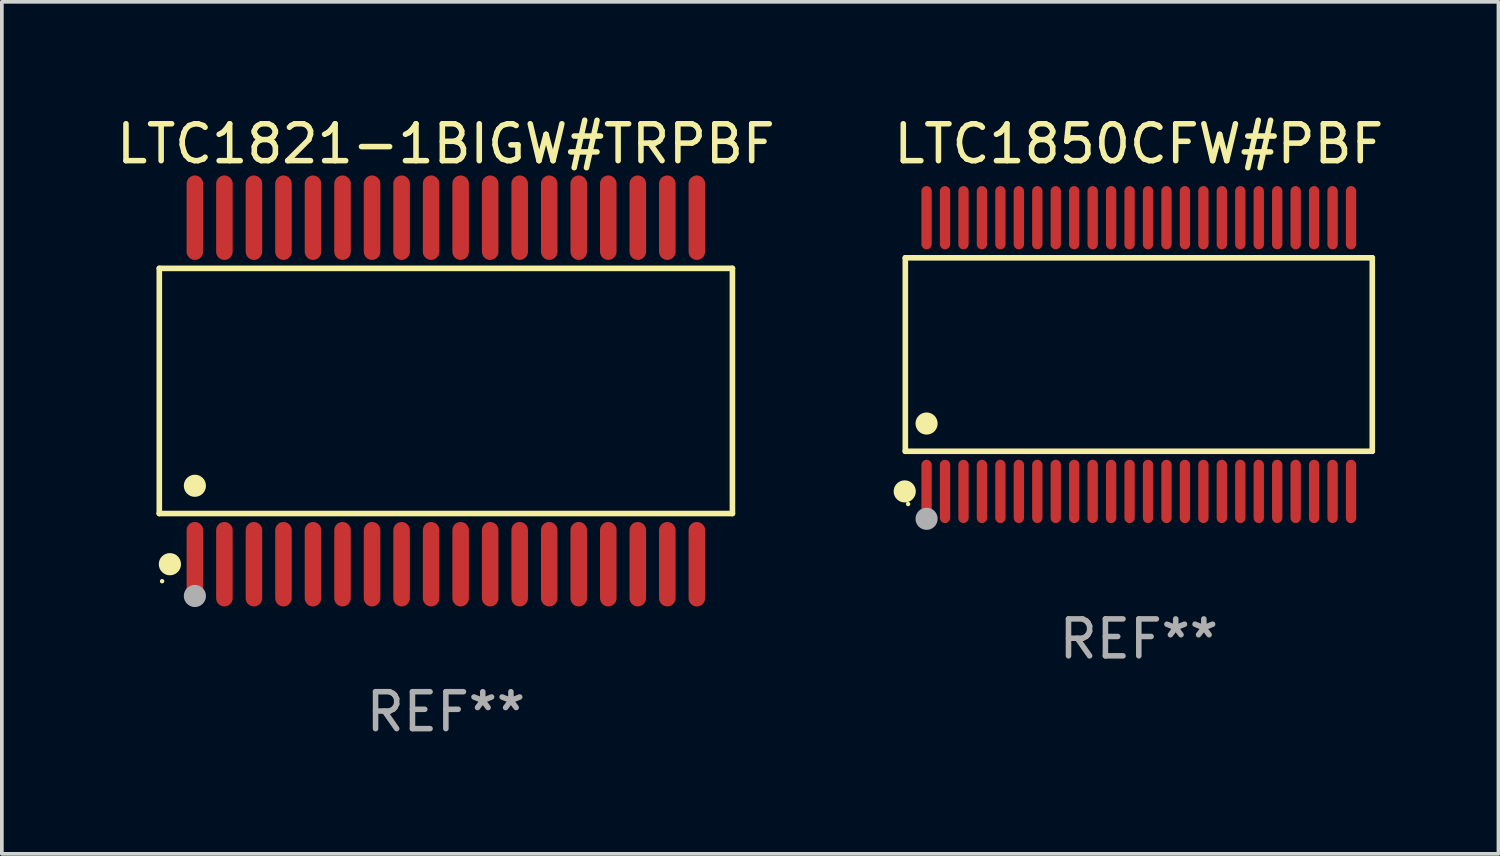
<source format=kicad_pcb>
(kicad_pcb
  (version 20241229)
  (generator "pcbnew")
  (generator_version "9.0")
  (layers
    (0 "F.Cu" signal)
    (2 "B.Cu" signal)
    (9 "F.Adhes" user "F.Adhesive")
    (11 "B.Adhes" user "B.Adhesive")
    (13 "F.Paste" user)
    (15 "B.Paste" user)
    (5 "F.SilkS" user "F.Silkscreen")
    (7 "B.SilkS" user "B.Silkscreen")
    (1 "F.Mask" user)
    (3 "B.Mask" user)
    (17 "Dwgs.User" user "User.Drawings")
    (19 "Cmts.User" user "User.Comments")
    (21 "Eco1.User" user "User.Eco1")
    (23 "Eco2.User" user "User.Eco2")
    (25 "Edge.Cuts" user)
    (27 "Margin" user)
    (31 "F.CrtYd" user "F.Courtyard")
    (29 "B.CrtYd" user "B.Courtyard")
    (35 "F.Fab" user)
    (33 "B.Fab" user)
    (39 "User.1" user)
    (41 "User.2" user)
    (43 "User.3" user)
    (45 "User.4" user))
  (footprint "LTC1850CFW#PBF"
    (layer "F.Cu")
    (at 27.804 6.556)
    (property "Reference" "LTC1850CFW#PBF" (at 0 -5.708 0) (layer "F.SilkS") (effects (font (size 1 1) (thickness 0.15))))
    (attr through_hole)
    (fp_line (start -6.326 -2.622) (end 6.326 -2.622) (stroke (width 0.152) (type solid)) (layer "F.SilkS"))
    (fp_line (start -6.326 2.621) (end -6.326 -2.622) (stroke (width 0.152) (type solid)) (layer "F.SilkS"))
    (fp_line (start 6.326 -2.622) (end 6.326 2.621) (stroke (width 0.152) (type solid)) (layer "F.SilkS"))
    (fp_line (start 6.326 2.621) (end -6.326 2.621) (stroke (width 0.152) (type solid)) (layer "F.SilkS"))
    (fp_circle (center -6.342 3.708) (end -6.192 3.708) (stroke (width 0.3) (type solid)) (fill no) (layer "F.SilkS"))
    (fp_circle (center -6.25 4.05) (end -6.22 4.05) (stroke (width 0.06) (type solid)) (fill no) (layer "F.SilkS"))
    (fp_circle (center -5.75 1.869) (end -5.6 1.869) (stroke (width 0.3) (type solid)) (fill no) (layer "F.SilkS"))
    (fp_circle (center -5.75 4.45) (end -5.6 4.45) (stroke (width 0.3) (type solid)) (fill no) (layer "F.Fab"))
    (fp_text user "REF**" (at 0 7.708 0) (layer "F.Fab") (effects (font (size 1 1) (thickness 0.15))))
    (pad "1" smd oval (at -5.75 3.708) (size 0.28 1.715) (layers "F.Cu" "F.Mask" "F.Paste"))
    (pad "2" smd oval (at -5.25 3.708) (size 0.28 1.715) (layers "F.Cu" "F.Mask" "F.Paste"))
    (pad "3" smd oval (at -4.75 3.708) (size 0.28 1.715) (layers "F.Cu" "F.Mask" "F.Paste"))
    (pad "4" smd oval (at -4.25 3.708) (size 0.28 1.715) (layers "F.Cu" "F.Mask" "F.Paste"))
    (pad "5" smd oval (at -3.75 3.708) (size 0.28 1.715) (layers "F.Cu" "F.Mask" "F.Paste"))
    (pad "6" smd oval (at -3.25 3.708) (size 0.28 1.715) (layers "F.Cu" "F.Mask" "F.Paste"))
    (pad "7" smd oval (at -2.75 3.708) (size 0.28 1.715) (layers "F.Cu" "F.Mask" "F.Paste"))
    (pad "8" smd oval (at -2.25 3.708) (size 0.28 1.715) (layers "F.Cu" "F.Mask" "F.Paste"))
    (pad "9" smd oval (at -1.75 3.708) (size 0.28 1.715) (layers "F.Cu" "F.Mask" "F.Paste"))
    (pad "10" smd oval (at -1.25 3.708) (size 0.28 1.715) (layers "F.Cu" "F.Mask" "F.Paste"))
    (pad "11" smd oval (at -0.75 3.708) (size 0.28 1.715) (layers "F.Cu" "F.Mask" "F.Paste"))
    (pad "12" smd oval (at -0.25 3.708) (size 0.28 1.715) (layers "F.Cu" "F.Mask" "F.Paste"))
    (pad "13" smd oval (at 0.25 3.708) (size 0.28 1.715) (layers "F.Cu" "F.Mask" "F.Paste"))
    (pad "14" smd oval (at 0.75 3.708) (size 0.28 1.715) (layers "F.Cu" "F.Mask" "F.Paste"))
    (pad "15" smd oval (at 1.25 3.708) (size 0.28 1.715) (layers "F.Cu" "F.Mask" "F.Paste"))
    (pad "16" smd oval (at 1.75 3.708) (size 0.28 1.715) (layers "F.Cu" "F.Mask" "F.Paste"))
    (pad "17" smd oval (at 2.25 3.708) (size 0.28 1.715) (layers "F.Cu" "F.Mask" "F.Paste"))
    (pad "18" smd oval (at 2.75 3.708) (size 0.28 1.715) (layers "F.Cu" "F.Mask" "F.Paste"))
    (pad "19" smd oval (at 3.25 3.708) (size 0.28 1.715) (layers "F.Cu" "F.Mask" "F.Paste"))
    (pad "20" smd oval (at 3.75 3.708) (size 0.28 1.715) (layers "F.Cu" "F.Mask" "F.Paste"))
    (pad "21" smd oval (at 4.25 3.708) (size 0.28 1.715) (layers "F.Cu" "F.Mask" "F.Paste"))
    (pad "22" smd oval (at 4.75 3.708) (size 0.28 1.715) (layers "F.Cu" "F.Mask" "F.Paste"))
    (pad "23" smd oval (at 5.25 3.708) (size 0.28 1.715) (layers "F.Cu" "F.Mask" "F.Paste"))
    (pad "24" smd oval (at 5.75 3.708) (size 0.28 1.715) (layers "F.Cu" "F.Mask" "F.Paste"))
    (pad "25" smd oval (at 5.75 -3.708) (size 0.28 1.715) (layers "F.Cu" "F.Mask" "F.Paste"))
    (pad "26" smd oval (at 5.25 -3.708) (size 0.28 1.715) (layers "F.Cu" "F.Mask" "F.Paste"))
    (pad "27" smd oval (at 4.75 -3.708) (size 0.28 1.715) (layers "F.Cu" "F.Mask" "F.Paste"))
    (pad "28" smd oval (at 4.25 -3.708) (size 0.28 1.715) (layers "F.Cu" "F.Mask" "F.Paste"))
    (pad "29" smd oval (at 3.75 -3.708) (size 0.28 1.715) (layers "F.Cu" "F.Mask" "F.Paste"))
    (pad "30" smd oval (at 3.25 -3.708) (size 0.28 1.715) (layers "F.Cu" "F.Mask" "F.Paste"))
    (pad "31" smd oval (at 2.75 -3.708) (size 0.28 1.715) (layers "F.Cu" "F.Mask" "F.Paste"))
    (pad "32" smd oval (at 2.25 -3.708) (size 0.28 1.715) (layers "F.Cu" "F.Mask" "F.Paste"))
    (pad "33" smd oval (at 1.75 -3.708) (size 0.28 1.715) (layers "F.Cu" "F.Mask" "F.Paste"))
    (pad "34" smd oval (at 1.25 -3.708) (size 0.28 1.715) (layers "F.Cu" "F.Mask" "F.Paste"))
    (pad "35" smd oval (at 0.75 -3.708) (size 0.28 1.715) (layers "F.Cu" "F.Mask" "F.Paste"))
    (pad "36" smd oval (at 0.25 -3.708) (size 0.28 1.715) (layers "F.Cu" "F.Mask" "F.Paste"))
    (pad "37" smd oval (at -0.25 -3.708) (size 0.28 1.715) (layers "F.Cu" "F.Mask" "F.Paste"))
    (pad "38" smd oval (at -0.75 -3.708) (size 0.28 1.715) (layers "F.Cu" "F.Mask" "F.Paste"))
    (pad "39" smd oval (at -1.25 -3.708) (size 0.28 1.715) (layers "F.Cu" "F.Mask" "F.Paste"))
    (pad "40" smd oval (at -1.75 -3.708) (size 0.28 1.715) (layers "F.Cu" "F.Mask" "F.Paste"))
    (pad "41" smd oval (at -2.25 -3.708) (size 0.28 1.715) (layers "F.Cu" "F.Mask" "F.Paste"))
    (pad "42" smd oval (at -2.75 -3.708) (size 0.28 1.715) (layers "F.Cu" "F.Mask" "F.Paste"))
    (pad "43" smd oval (at -3.25 -3.708) (size 0.28 1.715) (layers "F.Cu" "F.Mask" "F.Paste"))
    (pad "44" smd oval (at -3.75 -3.708) (size 0.28 1.715) (layers "F.Cu" "F.Mask" "F.Paste"))
    (pad "45" smd oval (at -4.25 -3.708) (size 0.28 1.715) (layers "F.Cu" "F.Mask" "F.Paste"))
    (pad "46" smd oval (at -4.75 -3.708) (size 0.28 1.715) (layers "F.Cu" "F.Mask" "F.Paste"))
    (pad "47" smd oval (at -5.25 -3.708) (size 0.28 1.715) (layers "F.Cu" "F.Mask" "F.Paste"))
    (pad "48" smd oval (at -5.75 -3.708) (size 0.28 1.715) (layers "F.Cu" "F.Mask" "F.Paste")))
  (footprint "LTC1821-1BIGW#TRPBF"
    (layer "F.Cu")
    (at 9.03 7.542)
    (property "Reference" "LTC1821-1BIGW#TRPBF" (at 0 -6.694 0) (layer "F.SilkS") (effects (font (size 1 1) (thickness 0.15))))
    (attr through_hole)
    (fp_line (start -7.764 -3.321) (end 7.764 -3.321) (stroke (width 0.152) (type solid)) (layer "F.SilkS"))
    (fp_line (start -7.764 3.321) (end -7.764 -3.321) (stroke (width 0.152) (type solid)) (layer "F.SilkS"))
    (fp_line (start 7.764 -3.321) (end 7.764 3.321) (stroke (width 0.152) (type solid)) (layer "F.SilkS"))
    (fp_line (start 7.764 3.321) (end -7.764 3.321) (stroke (width 0.152) (type solid)) (layer "F.SilkS"))
    (fp_circle (center -7.688 5.155) (end -7.658 5.155) (stroke (width 0.06) (type solid)) (fill no) (layer "F.SilkS"))
    (fp_circle (center -7.477 4.694) (end -7.326 4.694) (stroke (width 0.3) (type solid)) (fill no) (layer "F.SilkS"))
    (fp_circle (center -6.8 2.569) (end -6.65 2.569) (stroke (width 0.3) (type solid)) (fill no) (layer "F.SilkS"))
    (fp_circle (center -6.8 5.555) (end -6.65 5.555) (stroke (width 0.3) (type solid)) (fill no) (layer "F.Fab"))
    (fp_text user "REF**" (at 0 8.694 0) (layer "F.Fab") (effects (font (size 1 1) (thickness 0.15))))
    (pad "1" smd oval (at -6.8 4.694) (size 0.448 2.288) (layers "F.Cu" "F.Mask" "F.Paste"))
    (pad "2" smd oval (at -6 4.694) (size 0.448 2.288) (layers "F.Cu" "F.Mask" "F.Paste"))
    (pad "3" smd oval (at -5.2 4.694) (size 0.448 2.288) (layers "F.Cu" "F.Mask" "F.Paste"))
    (pad "4" smd oval (at -4.4 4.694) (size 0.448 2.288) (layers "F.Cu" "F.Mask" "F.Paste"))
    (pad "5" smd oval (at -3.6 4.694) (size 0.448 2.288) (layers "F.Cu" "F.Mask" "F.Paste"))
    (pad "6" smd oval (at -2.8 4.694) (size 0.448 2.288) (layers "F.Cu" "F.Mask" "F.Paste"))
    (pad "7" smd oval (at -2 4.694) (size 0.448 2.288) (layers "F.Cu" "F.Mask" "F.Paste"))
    (pad "8" smd oval (at -1.2 4.694) (size 0.448 2.288) (layers "F.Cu" "F.Mask" "F.Paste"))
    (pad "9" smd oval (at -0.4 4.694) (size 0.448 2.288) (layers "F.Cu" "F.Mask" "F.Paste"))
    (pad "10" smd oval (at 0.4 4.694) (size 0.448 2.288) (layers "F.Cu" "F.Mask" "F.Paste"))
    (pad "11" smd oval (at 1.2 4.694) (size 0.448 2.288) (layers "F.Cu" "F.Mask" "F.Paste"))
    (pad "12" smd oval (at 2 4.694) (size 0.448 2.288) (layers "F.Cu" "F.Mask" "F.Paste"))
    (pad "13" smd oval (at 2.8 4.694) (size 0.448 2.288) (layers "F.Cu" "F.Mask" "F.Paste"))
    (pad "14" smd oval (at 3.6 4.694) (size 0.448 2.288) (layers "F.Cu" "F.Mask" "F.Paste"))
    (pad "15" smd oval (at 4.4 4.694) (size 0.448 2.288) (layers "F.Cu" "F.Mask" "F.Paste"))
    (pad "16" smd oval (at 5.2 4.694) (size 0.448 2.288) (layers "F.Cu" "F.Mask" "F.Paste"))
    (pad "17" smd oval (at 6 4.694) (size 0.448 2.288) (layers "F.Cu" "F.Mask" "F.Paste"))
    (pad "18" smd oval (at 6.8 4.694) (size 0.448 2.288) (layers "F.Cu" "F.Mask" "F.Paste"))
    (pad "19" smd oval (at 6.8 -4.694) (size 0.448 2.288) (layers "F.Cu" "F.Mask" "F.Paste"))
    (pad "20" smd oval (at 6 -4.694) (size 0.448 2.288) (layers "F.Cu" "F.Mask" "F.Paste"))
    (pad "21" smd oval (at 5.2 -4.694) (size 0.448 2.288) (layers "F.Cu" "F.Mask" "F.Paste"))
    (pad "22" smd oval (at 4.4 -4.694) (size 0.448 2.288) (layers "F.Cu" "F.Mask" "F.Paste"))
    (pad "23" smd oval (at 3.6 -4.694) (size 0.448 2.288) (layers "F.Cu" "F.Mask" "F.Paste"))
    (pad "24" smd oval (at 2.8 -4.694) (size 0.448 2.288) (layers "F.Cu" "F.Mask" "F.Paste"))
    (pad "25" smd oval (at 2 -4.694) (size 0.448 2.288) (layers "F.Cu" "F.Mask" "F.Paste"))
    (pad "26" smd oval (at 1.2 -4.694) (size 0.448 2.288) (layers "F.Cu" "F.Mask" "F.Paste"))
    (pad "27" smd oval (at 0.4 -4.694) (size 0.448 2.288) (layers "F.Cu" "F.Mask" "F.Paste"))
    (pad "28" smd oval (at -0.4 -4.694) (size 0.448 2.288) (layers "F.Cu" "F.Mask" "F.Paste"))
    (pad "29" smd oval (at -1.2 -4.694) (size 0.448 2.288) (layers "F.Cu" "F.Mask" "F.Paste"))
    (pad "30" smd oval (at -2 -4.694) (size 0.448 2.288) (layers "F.Cu" "F.Mask" "F.Paste"))
    (pad "31" smd oval (at -2.8 -4.694) (size 0.448 2.288) (layers "F.Cu" "F.Mask" "F.Paste"))
    (pad "32" smd oval (at -3.6 -4.694) (size 0.448 2.288) (layers "F.Cu" "F.Mask" "F.Paste"))
    (pad "33" smd oval (at -4.4 -4.694) (size 0.448 2.288) (layers "F.Cu" "F.Mask" "F.Paste"))
    (pad "34" smd oval (at -5.2 -4.694) (size 0.448 2.288) (layers "F.Cu" "F.Mask" "F.Paste"))
    (pad "35" smd oval (at -6 -4.694) (size 0.448 2.288) (layers "F.Cu" "F.Mask" "F.Paste"))
    (pad "36" smd oval (at -6.8 -4.694) (size 0.448 2.288) (layers "F.Cu" "F.Mask" "F.Paste")))
  (gr_rect
    (start -3 -3)
    (end 37.548 20.084)
    (stroke (width 0.1) (type default))
    (fill no)
    (layer "Edge.Cuts")))
</source>
